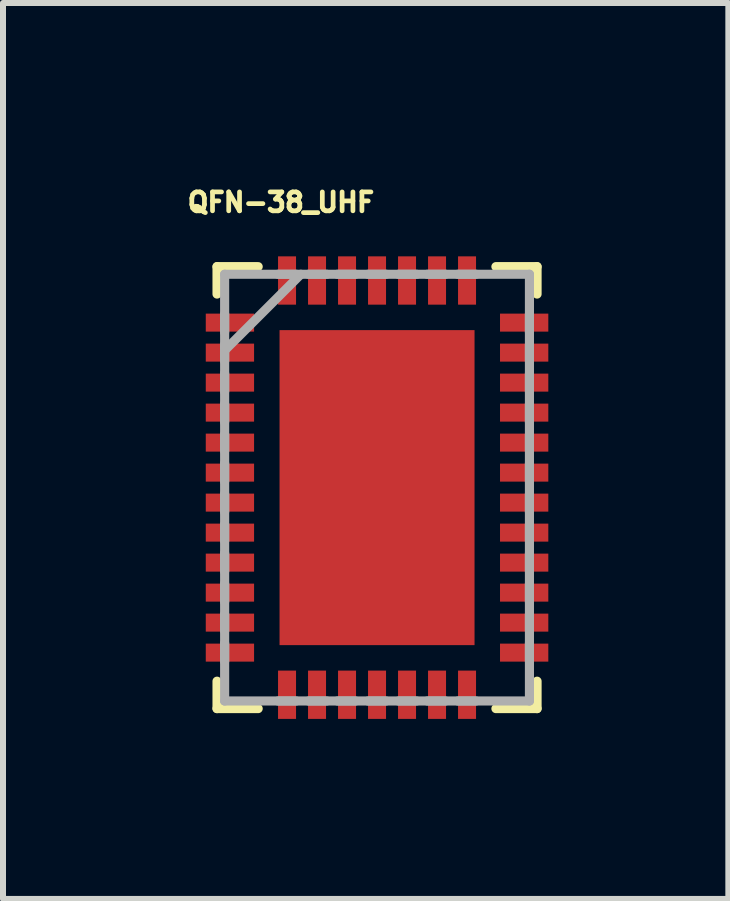
<source format=kicad_pcb>
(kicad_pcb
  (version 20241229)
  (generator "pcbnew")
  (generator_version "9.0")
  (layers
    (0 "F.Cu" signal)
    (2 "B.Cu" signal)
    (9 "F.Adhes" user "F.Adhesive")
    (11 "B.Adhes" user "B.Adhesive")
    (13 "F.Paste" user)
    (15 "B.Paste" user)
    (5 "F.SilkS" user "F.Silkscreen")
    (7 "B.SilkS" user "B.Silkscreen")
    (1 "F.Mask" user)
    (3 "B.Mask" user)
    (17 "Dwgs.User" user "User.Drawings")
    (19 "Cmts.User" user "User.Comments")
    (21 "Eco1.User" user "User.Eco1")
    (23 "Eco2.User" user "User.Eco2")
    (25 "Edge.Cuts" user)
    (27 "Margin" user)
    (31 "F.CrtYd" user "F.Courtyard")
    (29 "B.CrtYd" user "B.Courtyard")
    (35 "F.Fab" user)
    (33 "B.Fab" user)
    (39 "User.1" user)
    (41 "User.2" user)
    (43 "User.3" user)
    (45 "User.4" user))
  (footprint "QFN-38_UHF"
    (layer "F.Cu")
    (at 3.234 5.077)
    (property "Reference" "QFN-38_UHF" (at -1.602 -4.755 0) (layer "F.SilkS") (effects (font (size 0.315 0.315) (thickness 0.15))))
    (attr smd)
    (fp_line (start -2.667 -3.683) (end -2.667 -3.226) (stroke (width 0.152) (type solid)) (layer "F.SilkS"))
    (fp_line (start -2.667 3.226) (end -2.667 3.683) (stroke (width 0.152) (type solid)) (layer "F.SilkS"))
    (fp_line (start -2.667 3.683) (end -1.981 3.683) (stroke (width 0.152) (type solid)) (layer "F.SilkS"))
    (fp_line (start -1.981 -3.683) (end -2.667 -3.683) (stroke (width 0.152) (type solid)) (layer "F.SilkS"))
    (fp_line (start 1.981 3.683) (end 2.667 3.683) (stroke (width 0.152) (type solid)) (layer "F.SilkS"))
    (fp_line (start 2.667 -3.683) (end 1.981 -3.683) (stroke (width 0.152) (type solid)) (layer "F.SilkS"))
    (fp_line (start 2.667 -3.226) (end 2.667 -3.683) (stroke (width 0.152) (type solid)) (layer "F.SilkS"))
    (fp_line (start 2.667 3.683) (end 2.667 3.226) (stroke (width 0.152) (type solid)) (layer "F.SilkS"))
    (fp_poly (pts (xy -1.525 -2.525) (xy -1.525 -1.413) (xy -0.1 -1.413) (xy -0.1 -2.525)) (stroke (width 0.025) (type solid)) (fill yes) (layer "F.Paste"))
    (fp_poly (pts (xy -1.525 -1.212) (xy -1.525 -0.1) (xy -0.1 -0.1) (xy -0.1 -1.212)) (stroke (width 0.025) (type solid)) (fill yes) (layer "F.Paste"))
    (fp_poly (pts (xy -1.525 0.1) (xy -1.525 1.212) (xy -0.1 1.212) (xy -0.1 0.1)) (stroke (width 0.025) (type solid)) (fill yes) (layer "F.Paste"))
    (fp_poly (pts (xy -1.525 1.413) (xy -1.525 2.525) (xy -0.1 2.525) (xy -0.1 1.413)) (stroke (width 0.025) (type solid)) (fill yes) (layer "F.Paste"))
    (fp_poly (pts (xy 0.1 -2.525) (xy 0.1 -1.413) (xy 1.525 -1.413) (xy 1.525 -2.525)) (stroke (width 0.025) (type solid)) (fill yes) (layer "F.Paste"))
    (fp_poly (pts (xy 0.1 -1.212) (xy 0.1 -0.1) (xy 1.525 -0.1) (xy 1.525 -1.212)) (stroke (width 0.025) (type solid)) (fill yes) (layer "F.Paste"))
    (fp_poly (pts (xy 0.1 0.1) (xy 0.1 1.212) (xy 1.525 1.212) (xy 1.525 0.1)) (stroke (width 0.025) (type solid)) (fill yes) (layer "F.Paste"))
    (fp_poly (pts (xy 0.1 1.413) (xy 0.1 2.525) (xy 1.525 2.525) (xy 1.525 1.413)) (stroke (width 0.025) (type solid)) (fill yes) (layer "F.Paste"))
    (fp_line (start -2.54 -3.556) (end -2.54 3.556) (stroke (width 0.152) (type solid)) (layer "F.Fab"))
    (fp_line (start -2.54 -2.896) (end -2.54 -2.591) (stroke (width 0.152) (type solid)) (layer "F.Fab"))
    (fp_line (start -2.54 -2.388) (end -2.54 -2.108) (stroke (width 0.152) (type solid)) (layer "F.Fab"))
    (fp_line (start -2.54 -2.286) (end -1.27 -3.556) (stroke (width 0.152) (type solid)) (layer "F.Fab"))
    (fp_line (start -2.54 -1.905) (end -2.54 -1.6) (stroke (width 0.152) (type solid)) (layer "F.Fab"))
    (fp_line (start -2.54 -1.397) (end -2.54 -1.092) (stroke (width 0.152) (type solid)) (layer "F.Fab"))
    (fp_line (start -2.54 -0.889) (end -2.54 -0.61) (stroke (width 0.152) (type solid)) (layer "F.Fab"))
    (fp_line (start -2.54 -0.406) (end -2.54 -0.102) (stroke (width 0.152) (type solid)) (layer "F.Fab"))
    (fp_line (start -2.54 0.102) (end -2.54 0.406) (stroke (width 0.152) (type solid)) (layer "F.Fab"))
    (fp_line (start -2.54 0.61) (end -2.54 0.889) (stroke (width 0.152) (type solid)) (layer "F.Fab"))
    (fp_line (start -2.54 1.092) (end -2.54 1.397) (stroke (width 0.152) (type solid)) (layer "F.Fab"))
    (fp_line (start -2.54 1.6) (end -2.54 1.905) (stroke (width 0.152) (type solid)) (layer "F.Fab"))
    (fp_line (start -2.54 2.108) (end -2.54 2.388) (stroke (width 0.152) (type solid)) (layer "F.Fab"))
    (fp_line (start -2.54 2.591) (end -2.54 2.896) (stroke (width 0.152) (type solid)) (layer "F.Fab"))
    (fp_line (start -2.54 3.556) (end 2.54 3.556) (stroke (width 0.152) (type solid)) (layer "F.Fab"))
    (fp_line (start -1.651 3.556) (end -1.346 3.556) (stroke (width 0.152) (type solid)) (layer "F.Fab"))
    (fp_line (start -1.346 -3.556) (end -1.651 -3.556) (stroke (width 0.152) (type solid)) (layer "F.Fab"))
    (fp_line (start -1.143 3.556) (end -0.838 3.556) (stroke (width 0.152) (type solid)) (layer "F.Fab"))
    (fp_line (start -0.838 -3.556) (end -1.143 -3.556) (stroke (width 0.152) (type solid)) (layer "F.Fab"))
    (fp_line (start -0.66 3.556) (end -0.356 3.556) (stroke (width 0.152) (type solid)) (layer "F.Fab"))
    (fp_line (start -0.356 -3.556) (end -0.66 -3.556) (stroke (width 0.152) (type solid)) (layer "F.Fab"))
    (fp_line (start -0.152 3.556) (end 0.152 3.556) (stroke (width 0.152) (type solid)) (layer "F.Fab"))
    (fp_line (start 0.152 -3.556) (end -0.152 -3.556) (stroke (width 0.152) (type solid)) (layer "F.Fab"))
    (fp_line (start 0.356 3.556) (end 0.66 3.556) (stroke (width 0.152) (type solid)) (layer "F.Fab"))
    (fp_line (start 0.66 -3.556) (end 0.356 -3.556) (stroke (width 0.152) (type solid)) (layer "F.Fab"))
    (fp_line (start 0.838 3.556) (end 1.143 3.556) (stroke (width 0.152) (type solid)) (layer "F.Fab"))
    (fp_line (start 1.143 -3.556) (end 0.838 -3.556) (stroke (width 0.152) (type solid)) (layer "F.Fab"))
    (fp_line (start 1.346 3.556) (end 1.651 3.556) (stroke (width 0.152) (type solid)) (layer "F.Fab"))
    (fp_line (start 1.651 -3.556) (end 1.346 -3.556) (stroke (width 0.152) (type solid)) (layer "F.Fab"))
    (fp_line (start 2.54 -3.556) (end -2.54 -3.556) (stroke (width 0.152) (type solid)) (layer "F.Fab"))
    (fp_line (start 2.54 -2.591) (end 2.54 -2.896) (stroke (width 0.152) (type solid)) (layer "F.Fab"))
    (fp_line (start 2.54 -2.108) (end 2.54 -2.388) (stroke (width 0.152) (type solid)) (layer "F.Fab"))
    (fp_line (start 2.54 -1.6) (end 2.54 -1.905) (stroke (width 0.152) (type solid)) (layer "F.Fab"))
    (fp_line (start 2.54 -1.092) (end 2.54 -1.397) (stroke (width 0.152) (type solid)) (layer "F.Fab"))
    (fp_line (start 2.54 -0.61) (end 2.54 -0.889) (stroke (width 0.152) (type solid)) (layer "F.Fab"))
    (fp_line (start 2.54 -0.102) (end 2.54 -0.406) (stroke (width 0.152) (type solid)) (layer "F.Fab"))
    (fp_line (start 2.54 0.406) (end 2.54 0.102) (stroke (width 0.152) (type solid)) (layer "F.Fab"))
    (fp_line (start 2.54 0.889) (end 2.54 0.61) (stroke (width 0.152) (type solid)) (layer "F.Fab"))
    (fp_line (start 2.54 1.397) (end 2.54 1.092) (stroke (width 0.152) (type solid)) (layer "F.Fab"))
    (fp_line (start 2.54 1.905) (end 2.54 1.6) (stroke (width 0.152) (type solid)) (layer "F.Fab"))
    (fp_line (start 2.54 2.388) (end 2.54 2.108) (stroke (width 0.152) (type solid)) (layer "F.Fab"))
    (fp_line (start 2.54 2.896) (end 2.54 2.591) (stroke (width 0.152) (type solid)) (layer "F.Fab"))
    (fp_line (start 2.54 3.556) (end 2.54 -3.556) (stroke (width 0.152) (type solid)) (layer "F.Fab"))
    (pad "1" smd rect (at -2.452 -2.75) (size 0.805 0.3) (layers "F.Cu" "F.Mask" "F.Paste"))
    (pad "2" smd rect (at -2.452 -2.25) (size 0.805 0.3) (layers "F.Cu" "F.Mask" "F.Paste"))
    (pad "3" smd rect (at -2.452 -1.75) (size 0.805 0.3) (layers "F.Cu" "F.Mask" "F.Paste"))
    (pad "4" smd rect (at -2.452 -1.25) (size 0.805 0.3) (layers "F.Cu" "F.Mask" "F.Paste"))
    (pad "5" smd rect (at -2.452 -0.75) (size 0.805 0.3) (layers "F.Cu" "F.Mask" "F.Paste"))
    (pad "6" smd rect (at -2.452 -0.25) (size 0.805 0.3) (layers "F.Cu" "F.Mask" "F.Paste"))
    (pad "7" smd rect (at -2.452 0.25) (size 0.805 0.3) (layers "F.Cu" "F.Mask" "F.Paste"))
    (pad "8" smd rect (at -2.452 0.75) (size 0.805 0.3) (layers "F.Cu" "F.Mask" "F.Paste"))
    (pad "9" smd rect (at -2.452 1.25) (size 0.805 0.3) (layers "F.Cu" "F.Mask" "F.Paste"))
    (pad "10" smd rect (at -2.452 1.75) (size 0.805 0.3) (layers "F.Cu" "F.Mask" "F.Paste"))
    (pad "11" smd rect (at -2.452 2.25) (size 0.805 0.3) (layers "F.Cu" "F.Mask" "F.Paste"))
    (pad "12" smd rect (at -2.452 2.75) (size 0.805 0.3) (layers "F.Cu" "F.Mask" "F.Paste"))
    (pad "13" smd rect (at -1.5 3.452) (size 0.3 0.805) (layers "F.Cu" "F.Mask" "F.Paste"))
    (pad "14" smd rect (at -1 3.452) (size 0.3 0.805) (layers "F.Cu" "F.Mask" "F.Paste"))
    (pad "15" smd rect (at -0.5 3.452) (size 0.3 0.805) (layers "F.Cu" "F.Mask" "F.Paste"))
    (pad "16" smd rect (at 0 3.452) (size 0.3 0.805) (layers "F.Cu" "F.Mask" "F.Paste"))
    (pad "17" smd rect (at 0.5 3.452) (size 0.3 0.805) (layers "F.Cu" "F.Mask" "F.Paste"))
    (pad "18" smd rect (at 1 3.452) (size 0.3 0.805) (layers "F.Cu" "F.Mask" "F.Paste"))
    (pad "19" smd rect (at 1.5 3.452) (size 0.3 0.805) (layers "F.Cu" "F.Mask" "F.Paste"))
    (pad "20" smd rect (at 2.452 2.75) (size 0.805 0.3) (layers "F.Cu" "F.Mask" "F.Paste"))
    (pad "21" smd rect (at 2.452 2.25) (size 0.805 0.3) (layers "F.Cu" "F.Mask" "F.Paste"))
    (pad "22" smd rect (at 2.452 1.75) (size 0.805 0.3) (layers "F.Cu" "F.Mask" "F.Paste"))
    (pad "23" smd rect (at 2.452 1.25) (size 0.805 0.3) (layers "F.Cu" "F.Mask" "F.Paste"))
    (pad "24" smd rect (at 2.452 0.75) (size 0.805 0.3) (layers "F.Cu" "F.Mask" "F.Paste"))
    (pad "25" smd rect (at 2.452 0.25) (size 0.805 0.3) (layers "F.Cu" "F.Mask" "F.Paste"))
    (pad "26" smd rect (at 2.452 -0.25) (size 0.805 0.3) (layers "F.Cu" "F.Mask" "F.Paste"))
    (pad "27" smd rect (at 2.452 -0.75) (size 0.805 0.3) (layers "F.Cu" "F.Mask" "F.Paste"))
    (pad "28" smd rect (at 2.452 -1.25) (size 0.805 0.3) (layers "F.Cu" "F.Mask" "F.Paste"))
    (pad "29" smd rect (at 2.452 -1.75) (size 0.805 0.3) (layers "F.Cu" "F.Mask" "F.Paste"))
    (pad "30" smd rect (at 2.452 -2.25) (size 0.805 0.3) (layers "F.Cu" "F.Mask" "F.Paste"))
    (pad "31" smd rect (at 2.452 -2.75) (size 0.805 0.3) (layers "F.Cu" "F.Mask" "F.Paste"))
    (pad "32" smd rect (at 1.5 -3.452) (size 0.3 0.805) (layers "F.Cu" "F.Mask" "F.Paste"))
    (pad "33" smd rect (at 1 -3.452) (size 0.3 0.805) (layers "F.Cu" "F.Mask" "F.Paste"))
    (pad "34" smd rect (at 0.5 -3.452) (size 0.3 0.805) (layers "F.Cu" "F.Mask" "F.Paste"))
    (pad "35" smd rect (at 0 -3.452) (size 0.3 0.805) (layers "F.Cu" "F.Mask" "F.Paste"))
    (pad "36" smd rect (at -0.5 -3.452) (size 0.3 0.805) (layers "F.Cu" "F.Mask" "F.Paste"))
    (pad "37" smd rect (at -1 -3.452) (size 0.3 0.805) (layers "F.Cu" "F.Mask" "F.Paste"))
    (pad "38" smd rect (at -1.5 -3.452) (size 0.3 0.805) (layers "F.Cu" "F.Mask" "F.Paste"))
    (pad "39" smd rect (at 0 0) (size 3.25 5.25) (layers "F.Cu" "F.Mask")))
  (gr_rect
    (start -3 -3)
    (end 9.089 11.932)
    (stroke (width 0.1) (type default))
    (fill no)
    (layer "Edge.Cuts")))
</source>
